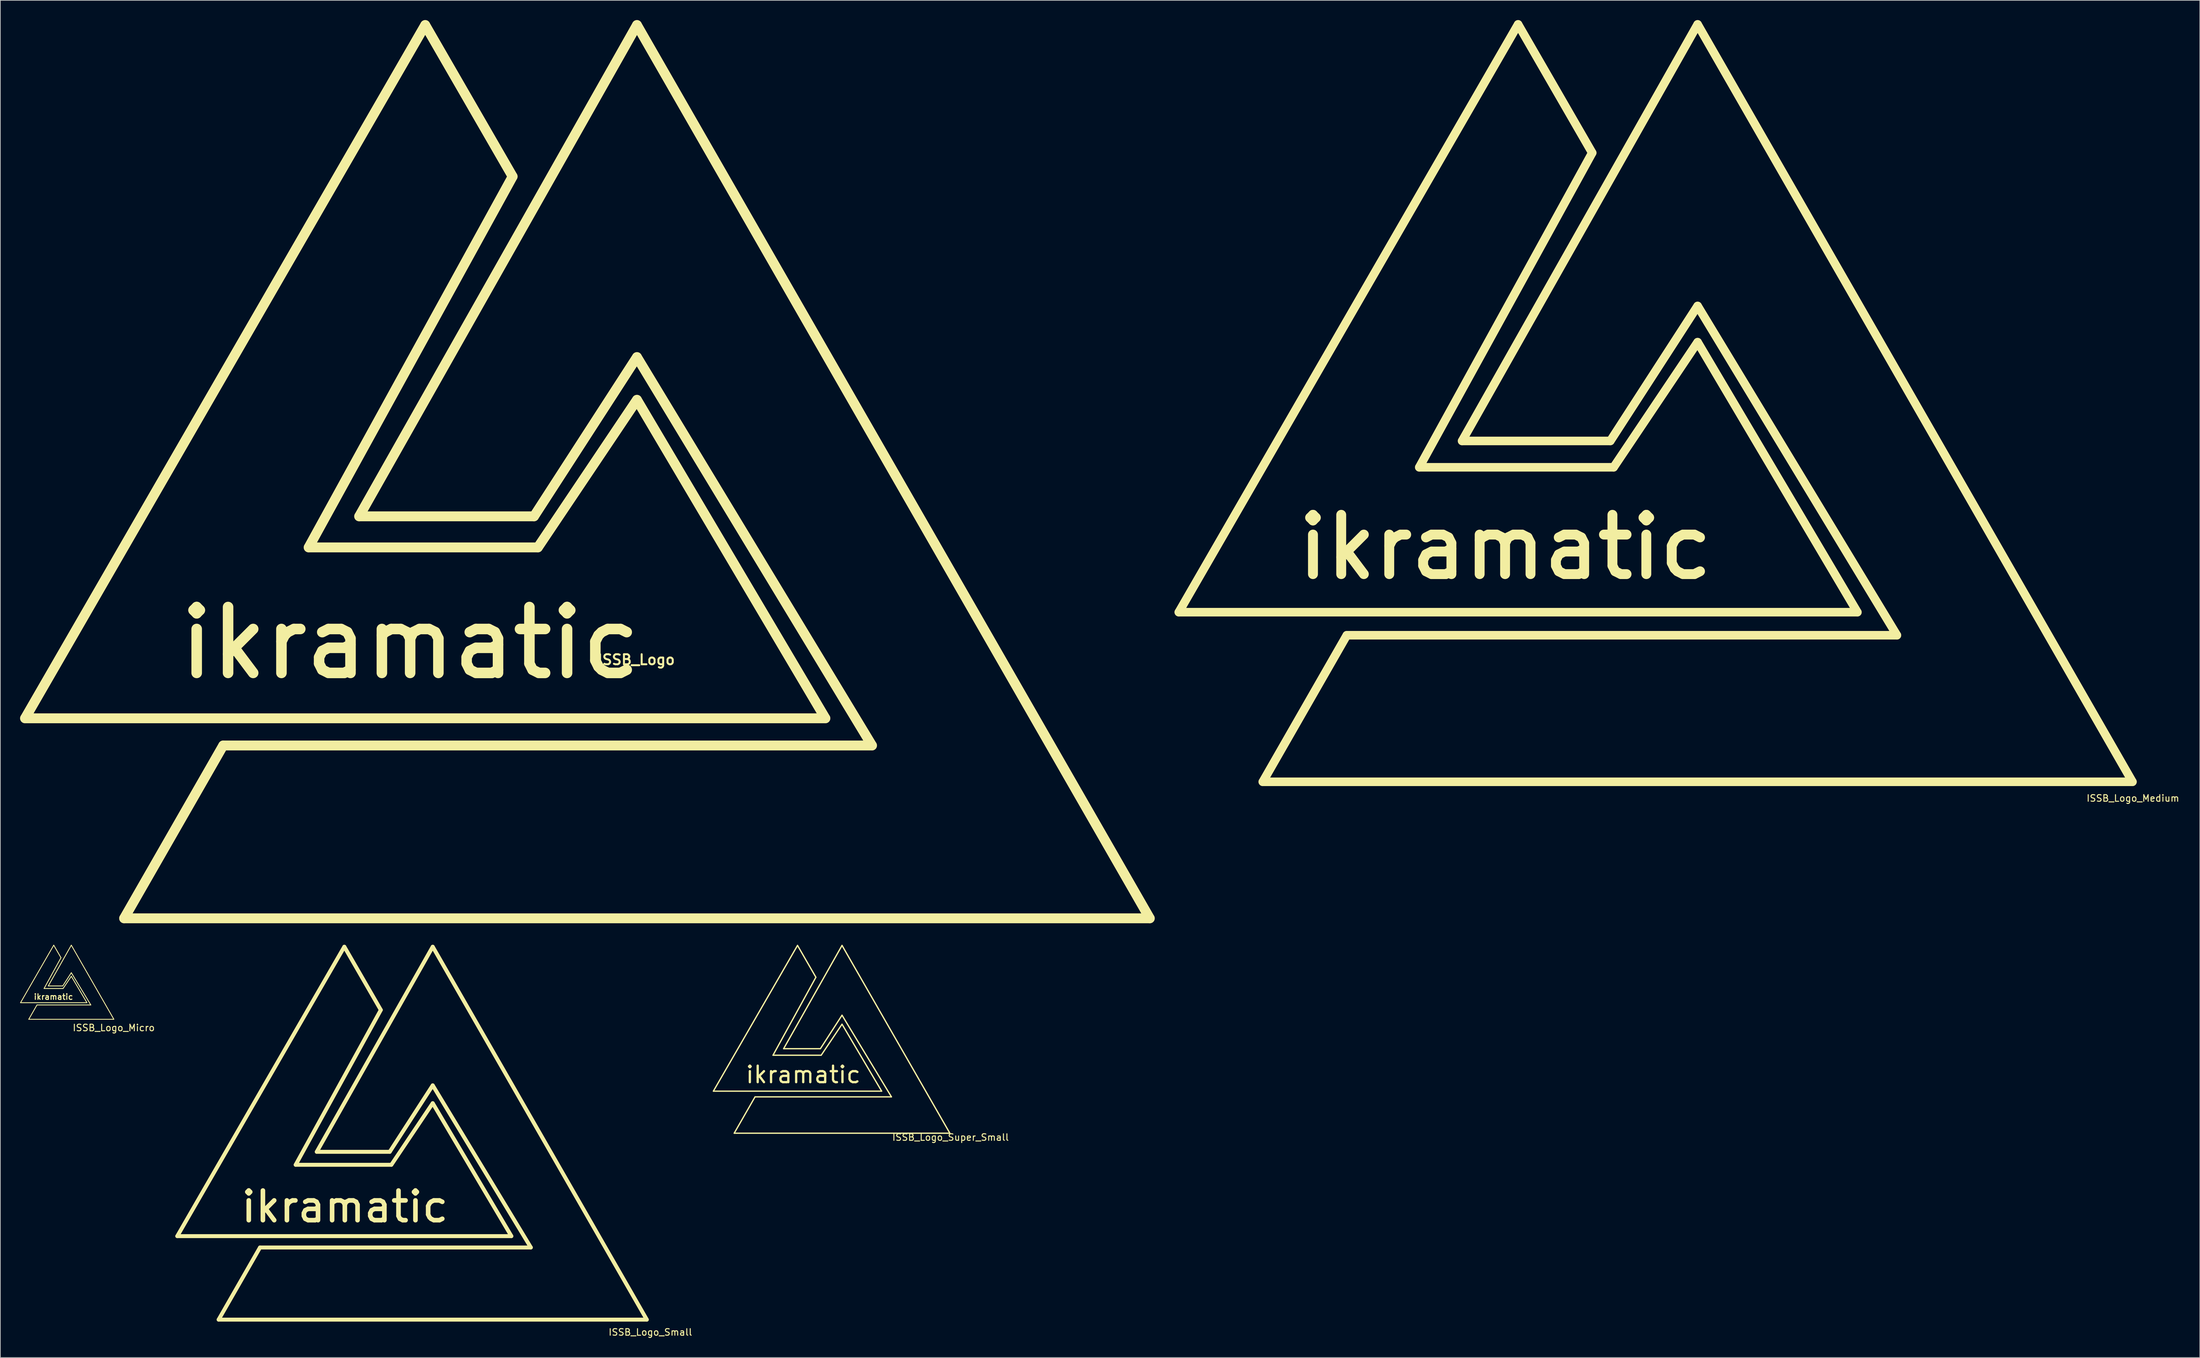
<source format=kicad_pcb>
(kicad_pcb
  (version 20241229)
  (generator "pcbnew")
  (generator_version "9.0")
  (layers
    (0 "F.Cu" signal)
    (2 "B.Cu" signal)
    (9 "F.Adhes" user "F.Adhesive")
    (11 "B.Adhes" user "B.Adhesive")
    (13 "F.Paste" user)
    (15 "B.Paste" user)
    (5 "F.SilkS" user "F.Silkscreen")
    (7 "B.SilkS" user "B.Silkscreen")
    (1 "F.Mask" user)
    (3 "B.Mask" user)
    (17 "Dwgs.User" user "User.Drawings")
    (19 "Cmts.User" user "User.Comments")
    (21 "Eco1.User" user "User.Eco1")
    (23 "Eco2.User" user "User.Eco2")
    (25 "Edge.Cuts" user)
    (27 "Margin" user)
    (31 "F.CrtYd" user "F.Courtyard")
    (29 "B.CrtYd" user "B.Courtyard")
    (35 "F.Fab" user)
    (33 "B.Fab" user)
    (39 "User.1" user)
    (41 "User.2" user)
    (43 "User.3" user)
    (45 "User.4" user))
  (footprint "ISSB_Logo"
    (layer "F.Cu")
    (at 171.565 137.072)
    (property "Reference" "ISSB_Logo" (at -78.105 -40.005 0) (layer "F.SilkS") (effects (font (size 1.524 1.524) (thickness 0.3))))
    (attr through_hole)
    (fp_line (start -170.815 -31.115) (end -49.399 -31.115) (stroke (width 1.5) (type solid)) (layer "F.SilkS"))
    (fp_line (start -155.785 -0.761) (end -140.756 -26.989) (stroke (width 1.5) (type solid)) (layer "F.SilkS"))
    (fp_line (start -140.756 -26.989) (end -42.326 -26.989) (stroke (width 1.5) (type solid)) (layer "F.SilkS"))
    (fp_line (start -127.789 -57.048) (end -96.846 -113.336) (stroke (width 1.5) (type solid)) (layer "F.SilkS"))
    (fp_line (start -120.127 -61.764) (end -77.985 -136.322) (stroke (width 1.5) (type solid)) (layer "F.SilkS"))
    (fp_line (start -110.107 -136.322) (end -170.815 -31.115) (stroke (width 1.5) (type solid)) (layer "F.SilkS"))
    (fp_line (start -96.846 -113.336) (end -110.107 -136.322) (stroke (width 1.5) (type solid)) (layer "F.SilkS"))
    (fp_line (start -93.604 -61.764) (end -120.127 -61.764) (stroke (width 1.5) (type solid)) (layer "F.SilkS"))
    (fp_line (start -93.015 -57.048) (end -127.789 -57.048) (stroke (width 1.5) (type solid)) (layer "F.SilkS"))
    (fp_line (start -77.985 -136.322) (end -0.185 -0.761) (stroke (width 1.5) (type solid)) (layer "F.SilkS"))
    (fp_line (start -77.985 -85.929) (end -93.604 -61.764) (stroke (width 1.5) (type solid)) (layer "F.SilkS"))
    (fp_line (start -77.985 -79.446) (end -93.015 -57.048) (stroke (width 1.5) (type solid)) (layer "F.SilkS"))
    (fp_line (start -49.399 -31.115) (end -77.985 -79.446) (stroke (width 1.5) (type solid)) (layer "F.SilkS"))
    (fp_line (start -42.326 -26.989) (end -77.985 -85.929) (stroke (width 1.5) (type solid)) (layer "F.SilkS"))
    (fp_line (start -0.185 -0.761) (end -155.785 -0.761) (stroke (width 1.5) (type solid)) (layer "F.SilkS"))
    (fp_text user "ikramatic" (at -112.395 -42.545 0) (layer "F.SilkS") (effects (font (size 10 10) (thickness 1.6)))))
  (footprint "ISSB_Logo_Medium"
    (layer "F.Cu")
    (at 320.531 115.551)
    (property "Reference" "ISSB_Logo_Medium" (at 0 2.54 0) (layer "F.SilkS") (effects (font (size 1 1) (thickness 0.15))))
    (attr through_hole)
    (fp_line (start -144.75 -25.696) (end -41.802 -25.696) (stroke (width 1.3) (type solid)) (layer "F.SilkS"))
    (fp_line (start -132.007 0.042) (end -119.263 -22.198) (stroke (width 1.3) (type solid)) (layer "F.SilkS"))
    (fp_line (start -119.263 -22.198) (end -35.805 -22.198) (stroke (width 1.3) (type solid)) (layer "F.SilkS"))
    (fp_line (start -108.269 -47.685) (end -82.032 -95.41) (stroke (width 1.3) (type solid)) (layer "F.SilkS"))
    (fp_line (start -101.772 -51.683) (end -66.04 -114.901) (stroke (width 1.3) (type solid)) (layer "F.SilkS"))
    (fp_line (start -93.276 -114.901) (end -144.75 -25.696) (stroke (width 1.3) (type solid)) (layer "F.SilkS"))
    (fp_line (start -82.032 -95.41) (end -93.276 -114.901) (stroke (width 1.3) (type solid)) (layer "F.SilkS"))
    (fp_line (start -79.283 -51.683) (end -101.772 -51.683) (stroke (width 1.3) (type solid)) (layer "F.SilkS"))
    (fp_line (start -78.784 -47.685) (end -108.269 -47.685) (stroke (width 1.3) (type solid)) (layer "F.SilkS"))
    (fp_line (start -66.04 -114.901) (end -0.073 0.042) (stroke (width 1.3) (type solid)) (layer "F.SilkS"))
    (fp_line (start -66.04 -72.172) (end -79.283 -51.683) (stroke (width 1.3) (type solid)) (layer "F.SilkS"))
    (fp_line (start -66.04 -66.675) (end -78.784 -47.685) (stroke (width 1.3) (type solid)) (layer "F.SilkS"))
    (fp_line (start -41.802 -25.696) (end -66.04 -66.675) (stroke (width 1.3) (type solid)) (layer "F.SilkS"))
    (fp_line (start -35.805 -22.198) (end -66.04 -72.172) (stroke (width 1.3) (type solid)) (layer "F.SilkS"))
    (fp_line (start -0.073 0.042) (end -132.007 0.042) (stroke (width 1.3) (type solid)) (layer "F.SilkS"))
    (fp_text user "ikramatic" (at -95.25 -35.56 0) (layer "F.SilkS") (effects (font (size 9 9) (thickness 1.5)))))
  (footprint "ISSB_Logo_Small"
    (layer "F.Cu")
    (at 94.982 197.22)
    (property "Reference" "ISSB_Logo_Small" (at 0.635 1.905 0) (layer "F.SilkS") (effects (font (size 1 1) (thickness 0.15))))
    (attr through_hole)
    (fp_line (start -71.139 -12.677) (end -20.451 -12.677) (stroke (width 0.6) (type solid)) (layer "F.SilkS"))
    (fp_line (start -64.865 -0.004) (end -58.59 -10.954) (stroke (width 0.6) (type solid)) (layer "F.SilkS"))
    (fp_line (start -58.59 -10.954) (end -17.498 -10.954) (stroke (width 0.6) (type solid)) (layer "F.SilkS"))
    (fp_line (start -53.177 -23.503) (end -40.259 -47.002) (stroke (width 0.6) (type solid)) (layer "F.SilkS"))
    (fp_line (start -49.978 -25.472) (end -32.385 -56.598) (stroke (width 0.6) (type solid)) (layer "F.SilkS"))
    (fp_line (start -45.795 -56.598) (end -71.139 -12.677) (stroke (width 0.6) (type solid)) (layer "F.SilkS"))
    (fp_line (start -40.259 -47.002) (end -45.795 -56.598) (stroke (width 0.6) (type solid)) (layer "F.SilkS"))
    (fp_line (start -38.906 -25.472) (end -49.978 -25.472) (stroke (width 0.6) (type solid)) (layer "F.SilkS"))
    (fp_line (start -38.66 -23.503) (end -53.177 -23.503) (stroke (width 0.6) (type solid)) (layer "F.SilkS"))
    (fp_line (start -32.385 -56.598) (end 0.095 -0.004) (stroke (width 0.6) (type solid)) (layer "F.SilkS"))
    (fp_line (start -32.385 -35.56) (end -38.906 -25.472) (stroke (width 0.6) (type solid)) (layer "F.SilkS"))
    (fp_line (start -32.385 -32.853) (end -38.66 -23.503) (stroke (width 0.6) (type solid)) (layer "F.SilkS"))
    (fp_line (start -20.451 -12.677) (end -32.385 -32.853) (stroke (width 0.6) (type solid)) (layer "F.SilkS"))
    (fp_line (start -17.498 -10.954) (end -32.385 -35.56) (stroke (width 0.6) (type solid)) (layer "F.SilkS"))
    (fp_line (start 0.095 -0.004) (end -64.865 -0.004) (stroke (width 0.6) (type solid)) (layer "F.SilkS"))
    (fp_text user "ikramatic" (at -45.72 -17.145 0) (layer "F.SilkS") (effects (font (size 4.5 4.5) (thickness 0.7)))))
  (footprint "ISSB_Logo_Micro"
    (layer "F.Cu")
    (at 14.204 151.657)
    (property "Reference" "ISSB_Logo_Micro" (at 0 1.27 0) (layer "F.SilkS") (effects (font (size 1 1) (thickness 0.15))))
    (attr through_hole)
    (fp_line (start -14.139 -2.54) (end -4.064 -2.54) (stroke (width 0.13) (type solid)) (layer "F.SilkS"))
    (fp_line (start -12.892 -0.021) (end -11.645 -2.198) (stroke (width 0.13) (type solid)) (layer "F.SilkS"))
    (fp_line (start -11.645 -2.198) (end -3.477 -2.198) (stroke (width 0.13) (type solid)) (layer "F.SilkS"))
    (fp_line (start -10.569 -4.692) (end -8.001 -9.363) (stroke (width 0.13) (type solid)) (layer "F.SilkS"))
    (fp_line (start -9.933 -5.083) (end -6.436 -11.27) (stroke (width 0.13) (type solid)) (layer "F.SilkS"))
    (fp_line (start -9.101 -11.27) (end -14.139 -2.54) (stroke (width 0.13) (type solid)) (layer "F.SilkS"))
    (fp_line (start -8.001 -9.363) (end -9.101 -11.27) (stroke (width 0.13) (type solid)) (layer "F.SilkS"))
    (fp_line (start -7.732 -5.083) (end -9.933 -5.083) (stroke (width 0.13) (type solid)) (layer "F.SilkS"))
    (fp_line (start -7.683 -4.692) (end -10.569 -4.692) (stroke (width 0.13) (type solid)) (layer "F.SilkS"))
    (fp_line (start -6.436 -11.27) (end 0.02 -0.021) (stroke (width 0.13) (type solid)) (layer "F.SilkS"))
    (fp_line (start -6.436 -7.088) (end -7.732 -5.083) (stroke (width 0.13) (type solid)) (layer "F.SilkS"))
    (fp_line (start -6.436 -6.55) (end -7.683 -4.692) (stroke (width 0.13) (type solid)) (layer "F.SilkS"))
    (fp_line (start -4.064 -2.54) (end -6.436 -6.55) (stroke (width 0.13) (type solid)) (layer "F.SilkS"))
    (fp_line (start -3.477 -2.198) (end -6.436 -7.088) (stroke (width 0.13) (type solid)) (layer "F.SilkS"))
    (fp_line (start 0.02 -0.021) (end -12.892 -0.021) (stroke (width 0.13) (type solid)) (layer "F.SilkS"))
    (fp_text user "ikramatic" (at -9.144 -3.429 0) (layer "F.SilkS") (effects (font (size 0.85 0.85) (thickness 0.16)))))
  (footprint "ISSB_Logo_Super_Small"
    (layer "F.Cu")
    (at 141.156 169.052)
    (property "Reference" "ISSB_Logo_Super_Small" (at 0 0.5 0) (layer "F.SilkS") (effects (font (size 1 1) (thickness 0.15))))
    (attr through_hole)
    (fp_line (start -35.981 -6.51) (end -10.454 -6.51) (stroke (width 0.2) (type solid)) (layer "F.SilkS"))
    (fp_line (start -32.821 -0.129) (end -29.661 -5.643) (stroke (width 0.2) (type solid)) (layer "F.SilkS"))
    (fp_line (start -29.661 -5.643) (end -8.967 -5.643) (stroke (width 0.2) (type solid)) (layer "F.SilkS"))
    (fp_line (start -26.935 -11.963) (end -20.429 -23.797) (stroke (width 0.2) (type solid)) (layer "F.SilkS"))
    (fp_line (start -25.324 -12.954) (end -16.464 -28.629) (stroke (width 0.2) (type solid)) (layer "F.SilkS"))
    (fp_line (start -23.217 -28.629) (end -35.981 -6.51) (stroke (width 0.2) (type solid)) (layer "F.SilkS"))
    (fp_line (start -20.429 -23.797) (end -23.217 -28.629) (stroke (width 0.2) (type solid)) (layer "F.SilkS"))
    (fp_line (start -19.748 -12.954) (end -25.324 -12.954) (stroke (width 0.2) (type solid)) (layer "F.SilkS"))
    (fp_line (start -19.624 -11.963) (end -26.935 -11.963) (stroke (width 0.2) (type solid)) (layer "F.SilkS"))
    (fp_line (start -16.464 -28.629) (end -0.107 -0.129) (stroke (width 0.2) (type solid)) (layer "F.SilkS"))
    (fp_line (start -16.464 -18.035) (end -19.748 -12.954) (stroke (width 0.2) (type solid)) (layer "F.SilkS"))
    (fp_line (start -16.464 -16.671) (end -19.624 -11.963) (stroke (width 0.2) (type solid)) (layer "F.SilkS"))
    (fp_line (start -10.454 -6.51) (end -16.464 -16.671) (stroke (width 0.2) (type solid)) (layer "F.SilkS"))
    (fp_line (start -8.967 -5.643) (end -16.464 -18.035) (stroke (width 0.2) (type solid)) (layer "F.SilkS"))
    (fp_line (start -0.107 -0.129) (end -32.821 -0.129) (stroke (width 0.2) (type solid)) (layer "F.SilkS"))
    (fp_text user "ikramatic" (at -22.352 -9.017 0) (layer "F.SilkS") (effects (font (size 2.5 2.5) (thickness 0.35)))))
  (gr_rect
    (start -3 -3)
    (end 330.679 202.974)
    (stroke (width 0.1) (type default))
    (fill no)
    (layer "Edge.Cuts")))
</source>
